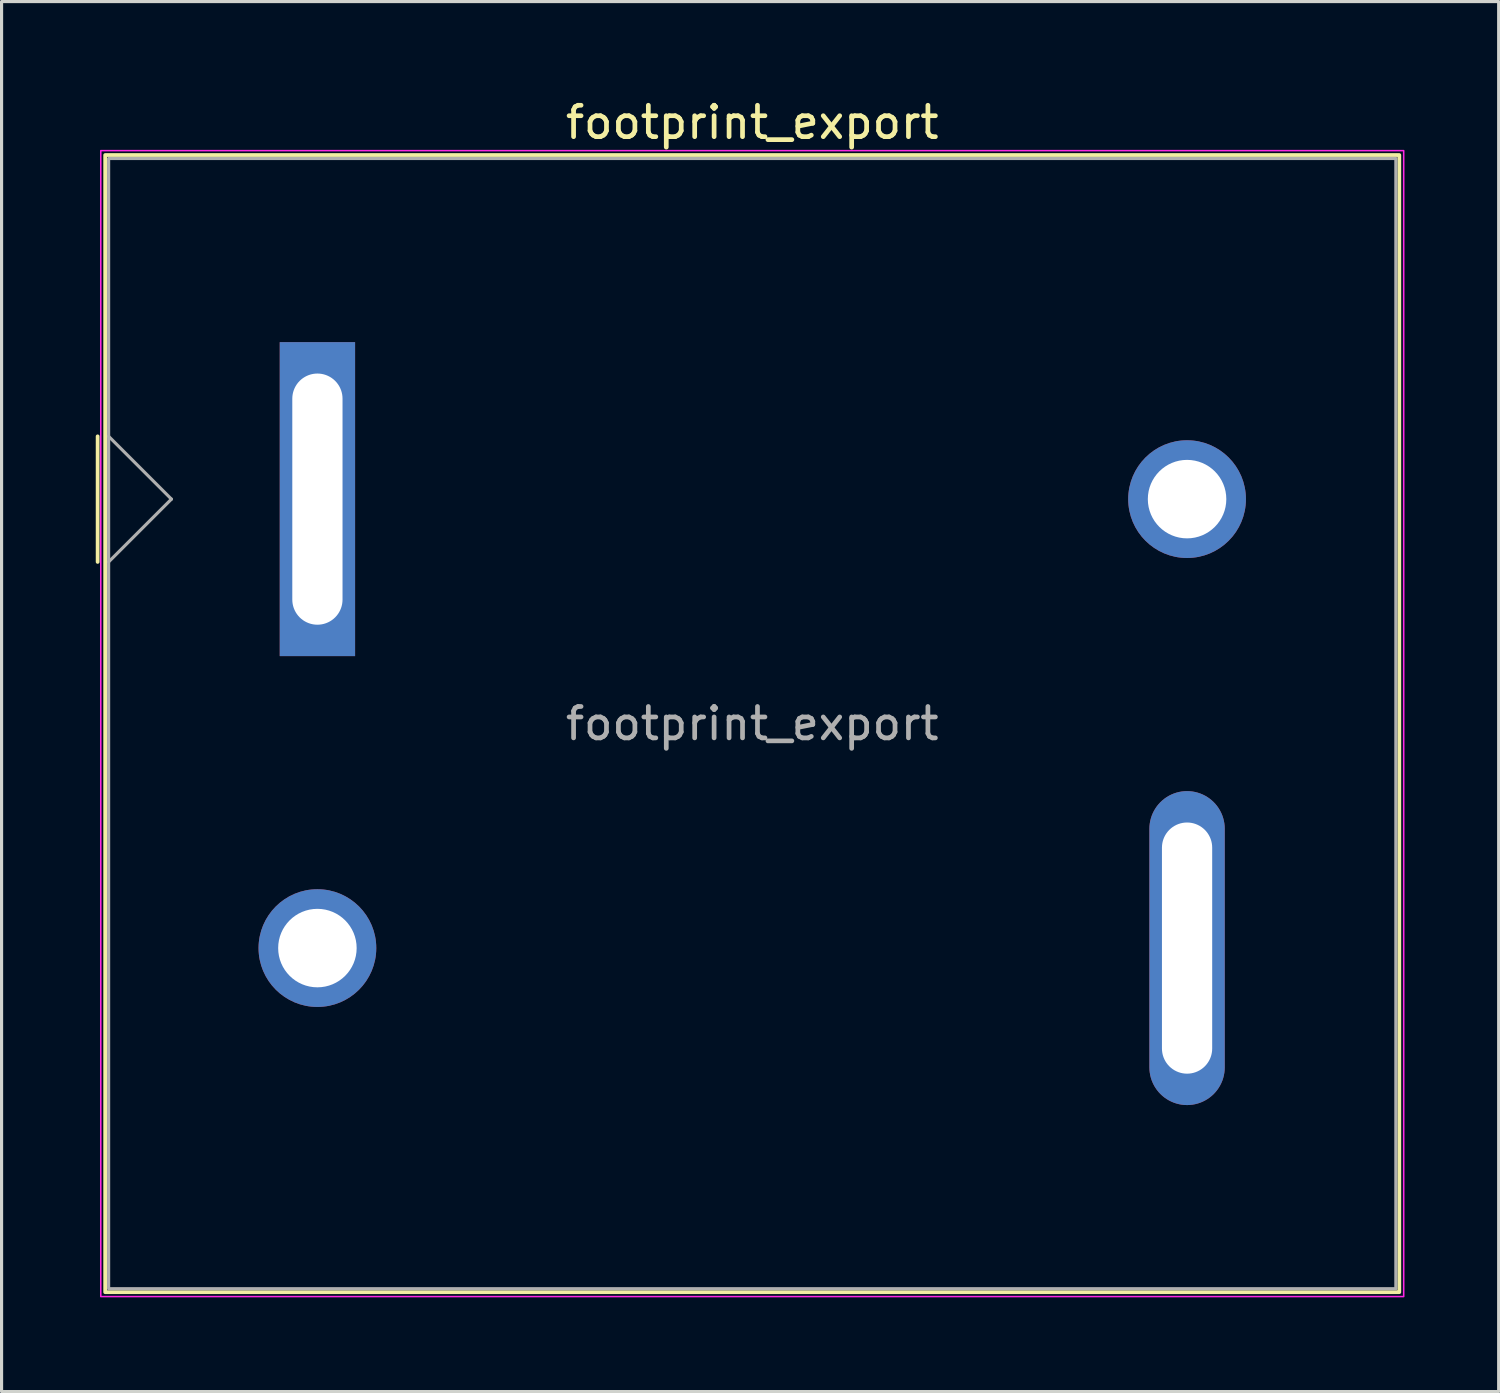
<source format=kicad_pcb>
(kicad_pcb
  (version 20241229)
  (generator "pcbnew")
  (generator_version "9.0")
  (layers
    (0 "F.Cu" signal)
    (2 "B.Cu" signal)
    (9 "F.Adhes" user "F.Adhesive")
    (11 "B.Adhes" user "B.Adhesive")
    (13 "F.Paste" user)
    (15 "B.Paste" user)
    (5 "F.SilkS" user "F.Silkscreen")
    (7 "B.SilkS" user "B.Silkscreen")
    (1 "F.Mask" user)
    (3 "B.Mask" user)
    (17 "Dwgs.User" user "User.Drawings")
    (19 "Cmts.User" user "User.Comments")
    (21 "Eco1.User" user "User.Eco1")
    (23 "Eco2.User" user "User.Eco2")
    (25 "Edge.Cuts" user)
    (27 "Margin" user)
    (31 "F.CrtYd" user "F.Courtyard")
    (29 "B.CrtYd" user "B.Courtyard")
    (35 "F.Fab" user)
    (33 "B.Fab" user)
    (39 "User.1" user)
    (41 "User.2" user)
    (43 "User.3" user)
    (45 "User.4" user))
  (footprint "footprint_export"
    (layer "F.Cu")
    (at 7.06 12.848)
    (property "Reference" "footprint_export" (at 13.85 -12 0) (unlocked yes) (layer "F.SilkS") (effects (font (size 1 1) (thickness 0.15))))
    (attr through_hole)
    (fp_line (start -7 2) (end -7 -2) (stroke (width 0.12) (type solid)) (layer "F.SilkS"))
    (fp_rect (start -6.76 -10.96) (end 34.46 25.26) (stroke (width 0.12) (type solid)) (fill no) (layer "F.SilkS"))
    (fp_rect (start -6.9 -11.1) (end 34.6 25.4) (stroke (width 0.05) (type solid)) (fill no) (layer "F.CrtYd"))
    (fp_line (start -6.65 -2) (end -4.65 0) (stroke (width 0.1) (type solid)) (layer "F.Fab"))
    (fp_line (start -4.65 0) (end -6.65 2) (stroke (width 0.1) (type solid)) (layer "F.Fab"))
    (fp_rect (start -6.65 -10.85) (end 34.35 25.15) (stroke (width 0.1) (type solid)) (fill no) (layer "F.Fab"))
    (fp_text user "${REFERENCE}" (at 13.85 7.15 0) (unlocked yes) (layer "F.Fab") (effects (font (size 1 1) (thickness 0.15))))
    (pad "" thru_hole circle (at 0 14.3) (size 3.75 3.75) (drill 2.5) (layers "*.Cu" "*.Mask"))
    (pad "" thru_hole circle (at 27.7 0) (size 3.75 3.75) (drill 2.5) (layers "*.Cu" "*.Mask"))
    (pad "1" thru_hole rect (at 0 0) (size 2.4 10) (drill oval 1.6 8) (layers "*.Cu" "*.Mask"))
    (pad "2" thru_hole oval (at 27.7 14.3) (size 2.4 10) (drill oval 1.6 8) (layers "*.Cu" "*.Mask")))
  (gr_rect
    (start -3 -3)
    (end 44.685 41.273)
    (stroke (width 0.1) (type default))
    (fill no)
    (layer "Edge.Cuts")))
</source>
